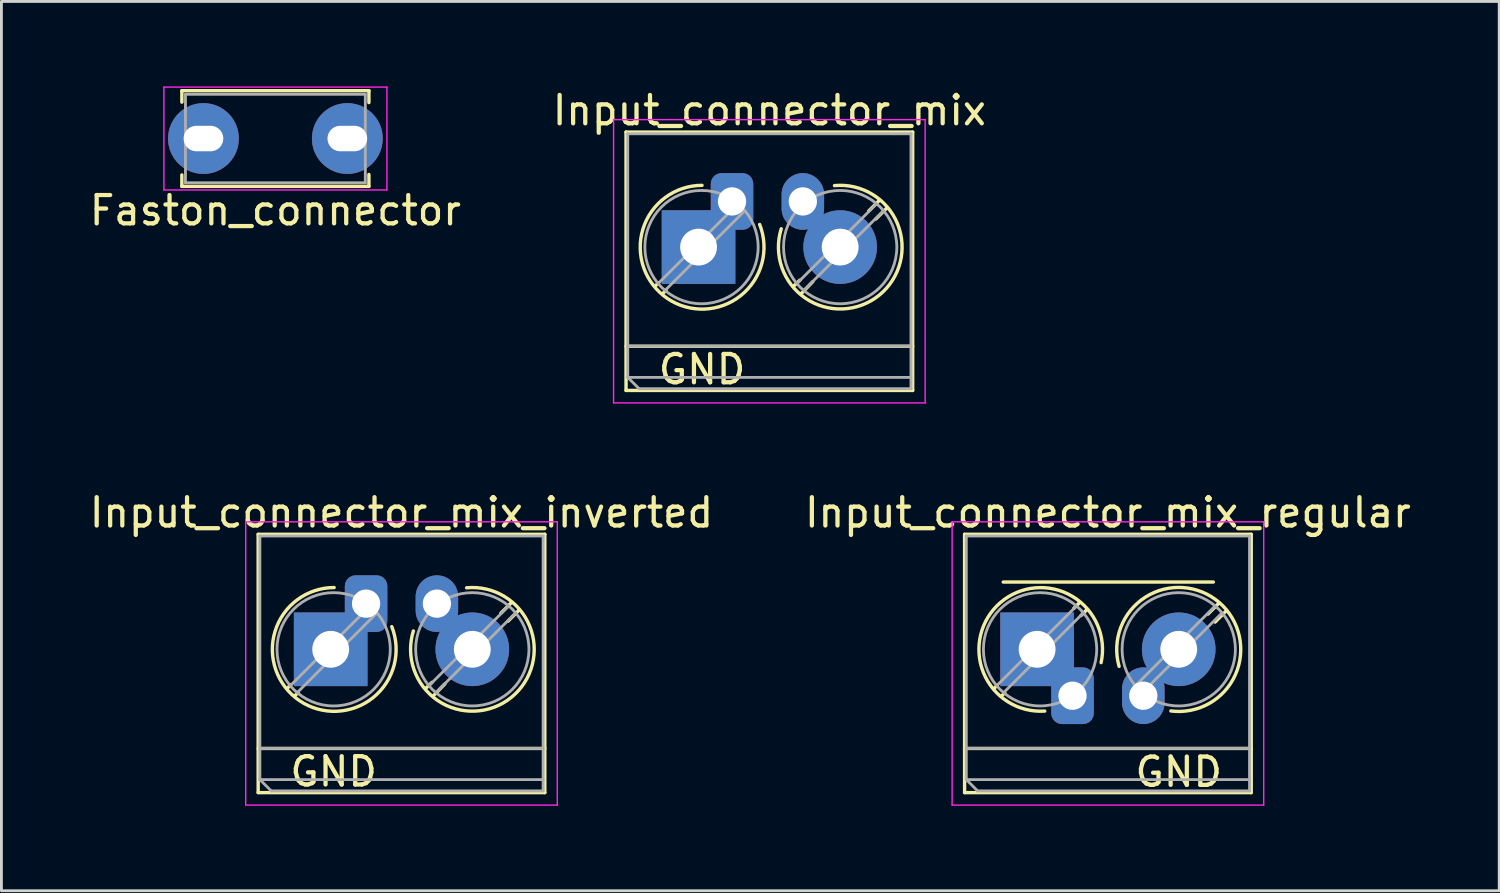
<source format=kicad_pcb>
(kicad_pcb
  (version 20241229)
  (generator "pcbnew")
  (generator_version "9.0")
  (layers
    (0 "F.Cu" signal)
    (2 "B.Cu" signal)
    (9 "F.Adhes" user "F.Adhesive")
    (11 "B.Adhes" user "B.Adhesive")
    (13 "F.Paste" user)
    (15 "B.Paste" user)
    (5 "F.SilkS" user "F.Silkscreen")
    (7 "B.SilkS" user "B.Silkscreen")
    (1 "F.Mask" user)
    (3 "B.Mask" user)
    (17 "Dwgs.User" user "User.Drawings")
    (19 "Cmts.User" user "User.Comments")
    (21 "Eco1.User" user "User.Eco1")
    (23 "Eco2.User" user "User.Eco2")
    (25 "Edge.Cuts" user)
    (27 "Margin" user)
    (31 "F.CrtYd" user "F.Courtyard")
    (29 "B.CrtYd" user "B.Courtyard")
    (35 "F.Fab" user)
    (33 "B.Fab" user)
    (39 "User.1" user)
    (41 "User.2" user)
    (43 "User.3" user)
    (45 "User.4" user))
  (footprint "Faston_connector"
    (layer "F.Cu")
    (at 9.213 1.841)
    (property "Reference" "Faston_connector" (at -2.54 2.54 0) (layer "F.SilkS") (effects (font (size 1 1) (thickness 0.15))))
    (attr through_hole)
    (fp_line (start -5.842 -1.689) (end -5.842 -1.285) (stroke (width 0.12) (type solid)) (layer "F.SilkS"))
    (fp_line (start -5.842 1.285) (end -5.842 1.689) (stroke (width 0.12) (type solid)) (layer "F.SilkS"))
    (fp_line (start -5.842 1.689) (end 0.762 1.689) (stroke (width 0.12) (type solid)) (layer "F.SilkS"))
    (fp_line (start 0.762 -1.689) (end -5.842 -1.689) (stroke (width 0.12) (type solid)) (layer "F.SilkS"))
    (fp_line (start 0.762 -1.27) (end 0.762 -1.689) (stroke (width 0.12) (type solid)) (layer "F.SilkS"))
    (fp_line (start 0.762 1.689) (end 0.762 1.27) (stroke (width 0.12) (type solid)) (layer "F.SilkS"))
    (fp_line (start -6.477 -1.816) (end 1.397 -1.816) (stroke (width 0.05) (type solid)) (layer "F.CrtYd"))
    (fp_line (start -6.477 1.816) (end -6.477 -1.816) (stroke (width 0.05) (type solid)) (layer "F.CrtYd"))
    (fp_line (start 1.397 -1.816) (end 1.397 1.816) (stroke (width 0.05) (type solid)) (layer "F.CrtYd"))
    (fp_line (start 1.397 1.816) (end -6.477 1.816) (stroke (width 0.05) (type solid)) (layer "F.CrtYd"))
    (fp_line (start -5.715 -1.562) (end -5.715 1.562) (stroke (width 0.1) (type solid)) (layer "F.Fab"))
    (fp_line (start -5.715 1.562) (end 0.635 1.562) (stroke (width 0.1) (type solid)) (layer "F.Fab"))
    (fp_line (start 0.635 -1.562) (end -5.715 -1.562) (stroke (width 0.1) (type solid)) (layer "F.Fab"))
    (fp_line (start 0.635 1.562) (end 0.635 -1.562) (stroke (width 0.1) (type solid)) (layer "F.Fab"))
    (pad "1" thru_hole circle (at -5.08 0) (size 2.5 2.5) (drill oval 1.4 0.9) (layers "*.Cu" "*.Mask"))
    (pad "2" thru_hole circle (at 0 0) (size 2.5 2.5) (drill oval 1.4 0.9) (layers "*.Cu" "*.Mask")))
  (footprint "Input_connector_mix_regular"
    (layer "F.Cu")
    (at 36.13 20.497)
    (property "Reference" "Input_connector_mix_regular" (at -0.064 -5.449 0) (unlocked yes) (layer "F.SilkS") (effects (font (size 1 1) (thickness 0.15))))
    (attr through_hole)
    (fp_line (start -5.124 -4.683) (end -5.124 4.437) (stroke (width 0.12) (type solid)) (layer "F.SilkS"))
    (fp_line (start -5.124 -4.683) (end 4.996 -4.683) (stroke (width 0.12) (type solid)) (layer "F.SilkS"))
    (fp_line (start -5.124 2.877) (end 4.996 2.877) (stroke (width 0.12) (type solid)) (layer "F.SilkS"))
    (fp_line (start -5.124 4.437) (end 4.996 4.437) (stroke (width 0.12) (type solid)) (layer "F.SilkS"))
    (fp_line (start -3.972 0.646) (end -4.078 0.753) (stroke (width 0.12) (type solid)) (layer "F.SilkS"))
    (fp_line (start -3.759 -2.997) (end 3.658 -2.997) (stroke (width 0.12) (type solid)) (layer "F.SilkS"))
    (fp_line (start -3.706 0.912) (end -3.812 1.019) (stroke (width 0.12) (type solid)) (layer "F.SilkS"))
    (fp_line (start -1.06 -2.278) (end -1.267 -2.069) (stroke (width 0.12) (type solid)) (layer "F.SilkS"))
    (fp_line (start -0.81 -2.018) (end -1.013 -1.815) (stroke (width 0.12) (type solid)) (layer "F.SilkS"))
    (fp_line (start 3.849 -2.247) (end 3.469 -1.867) (stroke (width 0.12) (type solid)) (layer "F.SilkS"))
    (fp_line (start 4.115 -1.981) (end 3.72 -1.585) (stroke (width 0.12) (type solid)) (layer "F.SilkS"))
    (fp_line (start 4.996 -4.683) (end 4.996 4.437) (stroke (width 0.12) (type solid)) (layer "F.SilkS"))
    (fp_arc (start -2.29427 1.558814) (mid -3.859112 -2.272576) (end -0.3048 -0.1524) (stroke (width 0.12) (type solid)) (layer "F.SilkS"))
    (fp_arc (start 0.33 -0.0208) (mid 3.865299 -2.277026) (end 2.1588 1.554) (stroke (width 0.12) (type solid)) (layer "F.SilkS"))
    (fp_line (start -5.564 -5.123) (end -5.564 4.877) (stroke (width 0.05) (type solid)) (layer "F.CrtYd"))
    (fp_line (start -5.564 4.877) (end 5.436 4.877) (stroke (width 0.05) (type solid)) (layer "F.CrtYd"))
    (fp_line (start 5.436 -5.123) (end -5.564 -5.123) (stroke (width 0.05) (type solid)) (layer "F.CrtYd"))
    (fp_line (start 5.436 4.877) (end 5.436 -5.123) (stroke (width 0.05) (type solid)) (layer "F.CrtYd"))
    (fp_line (start -5.064 -4.623) (end 4.936 -4.623) (stroke (width 0.1) (type solid)) (layer "F.Fab"))
    (fp_line (start -5.064 2.877) (end 4.936 2.877) (stroke (width 0.1) (type solid)) (layer "F.Fab"))
    (fp_line (start -5.064 3.977) (end -5.064 -4.623) (stroke (width 0.1) (type solid)) (layer "F.Fab"))
    (fp_line (start -5.064 3.977) (end 4.936 3.977) (stroke (width 0.1) (type solid)) (layer "F.Fab"))
    (fp_line (start -4.664 4.377) (end -5.064 3.977) (stroke (width 0.1) (type solid)) (layer "F.Fab"))
    (fp_line (start -1.187 -2.14) (end -3.977 0.65) (stroke (width 0.1) (type solid)) (layer "F.Fab"))
    (fp_line (start -0.943 -1.896) (end -3.733 0.894) (stroke (width 0.1) (type solid)) (layer "F.Fab"))
    (fp_line (start 3.709 -2.14) (end 0.92 0.65) (stroke (width 0.1) (type solid)) (layer "F.Fab"))
    (fp_line (start 3.953 -1.896) (end 1.164 0.894) (stroke (width 0.1) (type solid)) (layer "F.Fab"))
    (fp_line (start 4.936 -4.623) (end 4.936 4.377) (stroke (width 0.1) (type solid)) (layer "F.Fab"))
    (fp_line (start 4.936 4.377) (end -4.664 4.377) (stroke (width 0.1) (type solid)) (layer "F.Fab"))
    (fp_circle (center -2.46 -0.623) (end -0.46 -0.623) (stroke (width 0.1) (type solid)) (fill no) (layer "F.Fab"))
    (fp_circle (center 2.436 -0.623) (end 4.436 -0.623) (stroke (width 0.1) (type solid)) (fill no) (layer "F.Fab"))
    (fp_text user "GND" (at 2.436 3.708 0) (unlocked yes) (layer "F.SilkS") (effects (font (size 1 1) (thickness 0.15))))
    (pad "1" thru_hole rect (at -2.564 -0.623) (size 2.6 2.6) (drill 1.3) (layers "*.Cu" "*.Mask"))
    (pad "1" thru_hole roundrect (at -1.314 1.016) (size 1.5 2) (drill 1) (layers "*.Cu" "*.Mask") (roundrect_rratio 0.25))
    (pad "2" thru_hole oval (at 1.186 1.016) (size 1.5 2) (drill 1) (layers "*.Cu" "*.Mask"))
    (pad "2" thru_hole circle (at 2.436 -0.623) (size 2.6 2.6) (drill 1.3) (layers "*.Cu" "*.Mask")))
  (footprint "Input_connector_mix_inverted"
    (layer "F.Cu")
    (at 11.189 20.497)
    (property "Reference" "Input_connector_mix_inverted" (at -0.064 -5.449 0) (unlocked yes) (layer "F.SilkS") (effects (font (size 1 1) (thickness 0.15))))
    (attr through_hole)
    (fp_line (start -5.124 -4.683) (end -5.124 4.437) (stroke (width 0.12) (type solid)) (layer "F.SilkS"))
    (fp_line (start -5.124 -4.683) (end 4.996 -4.683) (stroke (width 0.12) (type solid)) (layer "F.SilkS"))
    (fp_line (start -5.124 2.877) (end 4.996 2.877) (stroke (width 0.12) (type solid)) (layer "F.SilkS"))
    (fp_line (start -5.124 4.437) (end 4.996 4.437) (stroke (width 0.12) (type solid)) (layer "F.SilkS"))
    (fp_line (start -3.975 0.632) (end -4.081 0.739) (stroke (width 0.12) (type solid)) (layer "F.SilkS"))
    (fp_line (start -3.709 0.898) (end -3.815 1.005) (stroke (width 0.12) (type solid)) (layer "F.SilkS"))
    (fp_line (start 1.013 0.545) (end 0.783 0.765) (stroke (width 0.12) (type solid)) (layer "F.SilkS"))
    (fp_line (start 1.47 0.596) (end 1.049 1.031) (stroke (width 0.12) (type solid)) (layer "F.SilkS"))
    (fp_line (start 3.824 -2.277) (end 3.444 -1.897) (stroke (width 0.12) (type solid)) (layer "F.SilkS"))
    (fp_line (start 4.09 -2.011) (end 3.695 -1.615) (stroke (width 0.12) (type solid)) (layer "F.SilkS"))
    (fp_line (start 4.996 -4.683) (end 4.996 4.437) (stroke (width 0.12) (type solid)) (layer "F.SilkS"))
    (fp_arc (start -0.4064 -1.4224) (mid -3.665036 1.189972) (end -2.4412 -2.8032) (stroke (width 0.12) (type solid)) (layer "F.SilkS"))
    (fp_arc (start 2.2352 -2.794) (mid 3.814063 1.074351) (end 0.3556 -1.27) (stroke (width 0.12) (type solid)) (layer "F.SilkS"))
    (fp_line (start -5.564 -5.123) (end -5.564 4.877) (stroke (width 0.05) (type solid)) (layer "F.CrtYd"))
    (fp_line (start -5.564 4.877) (end 5.436 4.877) (stroke (width 0.05) (type solid)) (layer "F.CrtYd"))
    (fp_line (start 5.436 -5.123) (end -5.564 -5.123) (stroke (width 0.05) (type solid)) (layer "F.CrtYd"))
    (fp_line (start 5.436 4.877) (end 5.436 -5.123) (stroke (width 0.05) (type solid)) (layer "F.CrtYd"))
    (fp_line (start -5.064 -4.623) (end 4.936 -4.623) (stroke (width 0.1) (type solid)) (layer "F.Fab"))
    (fp_line (start -5.064 2.877) (end 4.936 2.877) (stroke (width 0.1) (type solid)) (layer "F.Fab"))
    (fp_line (start -5.064 3.977) (end -5.064 -4.623) (stroke (width 0.1) (type solid)) (layer "F.Fab"))
    (fp_line (start -5.064 3.977) (end 4.936 3.977) (stroke (width 0.1) (type solid)) (layer "F.Fab"))
    (fp_line (start -4.664 4.377) (end -5.064 3.977) (stroke (width 0.1) (type solid)) (layer "F.Fab"))
    (fp_line (start -1.187 -2.14) (end -3.977 0.65) (stroke (width 0.1) (type solid)) (layer "F.Fab"))
    (fp_line (start -0.943 -1.896) (end -3.733 0.894) (stroke (width 0.1) (type solid)) (layer "F.Fab"))
    (fp_line (start 3.709 -2.14) (end 0.92 0.65) (stroke (width 0.1) (type solid)) (layer "F.Fab"))
    (fp_line (start 3.953 -1.896) (end 1.164 0.894) (stroke (width 0.1) (type solid)) (layer "F.Fab"))
    (fp_line (start 4.936 -4.623) (end 4.936 4.377) (stroke (width 0.1) (type solid)) (layer "F.Fab"))
    (fp_line (start 4.936 4.377) (end -4.664 4.377) (stroke (width 0.1) (type solid)) (layer "F.Fab"))
    (fp_circle (center -2.46 -0.623) (end -0.46 -0.623) (stroke (width 0.1) (type solid)) (fill no) (layer "F.Fab"))
    (fp_circle (center 2.436 -0.623) (end 4.436 -0.623) (stroke (width 0.1) (type solid)) (fill no) (layer "F.Fab"))
    (fp_text user "GND" (at -2.46 3.695 0) (unlocked yes) (layer "F.SilkS") (effects (font (size 1 1) (thickness 0.15))))
    (pad "1" thru_hole rect (at -2.564 -0.623) (size 2.6 2.6) (drill 1.3) (layers "*.Cu" "*.Mask"))
    (pad "1" thru_hole roundrect (at -1.314 -2.235) (size 1.5 2) (drill 1) (layers "*.Cu" "*.Mask") (roundrect_rratio 0.25))
    (pad "2" thru_hole oval (at 1.186 -2.235) (size 1.5 2) (drill 1) (layers "*.Cu" "*.Mask"))
    (pad "2" thru_hole circle (at 2.436 -0.623) (size 2.6 2.6) (drill 1.3) (layers "*.Cu" "*.Mask")))
  (footprint "Input_connector_mix"
    (layer "F.Cu")
    (at 24.177 6.297)
    (property "Reference" "Input_connector_mix" (at -0.064 -5.449 0) (unlocked yes) (layer "F.SilkS") (effects (font (size 1 1) (thickness 0.15))))
    (attr through_hole)
    (fp_line (start -5.124 -4.683) (end -5.124 4.437) (stroke (width 0.12) (type solid)) (layer "F.SilkS"))
    (fp_line (start -5.124 -4.683) (end 4.996 -4.683) (stroke (width 0.12) (type solid)) (layer "F.SilkS"))
    (fp_line (start -5.124 2.877) (end 4.996 2.877) (stroke (width 0.12) (type solid)) (layer "F.SilkS"))
    (fp_line (start -5.124 4.437) (end 4.996 4.437) (stroke (width 0.12) (type solid)) (layer "F.SilkS"))
    (fp_line (start -3.975 0.632) (end -4.081 0.739) (stroke (width 0.12) (type solid)) (layer "F.SilkS"))
    (fp_line (start -3.709 0.898) (end -3.815 1.005) (stroke (width 0.12) (type solid)) (layer "F.SilkS"))
    (fp_line (start 1.013 0.545) (end 0.783 0.765) (stroke (width 0.12) (type solid)) (layer "F.SilkS"))
    (fp_line (start 1.47 0.596) (end 1.049 1.031) (stroke (width 0.12) (type solid)) (layer "F.SilkS"))
    (fp_line (start 3.824 -2.277) (end 3.444 -1.897) (stroke (width 0.12) (type solid)) (layer "F.SilkS"))
    (fp_line (start 4.09 -2.011) (end 3.695 -1.615) (stroke (width 0.12) (type solid)) (layer "F.SilkS"))
    (fp_line (start 4.996 -4.683) (end 4.996 4.437) (stroke (width 0.12) (type solid)) (layer "F.SilkS"))
    (fp_arc (start -0.4064 -1.4224) (mid -3.665036 1.189972) (end -2.4412 -2.8032) (stroke (width 0.12) (type solid)) (layer "F.SilkS"))
    (fp_arc (start 2.2352 -2.794) (mid 3.814063 1.074351) (end 0.3556 -1.27) (stroke (width 0.12) (type solid)) (layer "F.SilkS"))
    (fp_line (start -5.564 -5.123) (end -5.564 4.877) (stroke (width 0.05) (type solid)) (layer "F.CrtYd"))
    (fp_line (start -5.564 4.877) (end 5.436 4.877) (stroke (width 0.05) (type solid)) (layer "F.CrtYd"))
    (fp_line (start 5.436 -5.123) (end -5.564 -5.123) (stroke (width 0.05) (type solid)) (layer "F.CrtYd"))
    (fp_line (start 5.436 4.877) (end 5.436 -5.123) (stroke (width 0.05) (type solid)) (layer "F.CrtYd"))
    (fp_line (start -5.064 -4.623) (end 4.936 -4.623) (stroke (width 0.1) (type solid)) (layer "F.Fab"))
    (fp_line (start -5.064 2.877) (end 4.936 2.877) (stroke (width 0.1) (type solid)) (layer "F.Fab"))
    (fp_line (start -5.064 3.977) (end -5.064 -4.623) (stroke (width 0.1) (type solid)) (layer "F.Fab"))
    (fp_line (start -5.064 3.977) (end 4.936 3.977) (stroke (width 0.1) (type solid)) (layer "F.Fab"))
    (fp_line (start -4.664 4.377) (end -5.064 3.977) (stroke (width 0.1) (type solid)) (layer "F.Fab"))
    (fp_line (start -1.187 -2.14) (end -3.977 0.65) (stroke (width 0.1) (type solid)) (layer "F.Fab"))
    (fp_line (start -0.943 -1.896) (end -3.733 0.894) (stroke (width 0.1) (type solid)) (layer "F.Fab"))
    (fp_line (start 3.709 -2.14) (end 0.92 0.65) (stroke (width 0.1) (type solid)) (layer "F.Fab"))
    (fp_line (start 3.953 -1.896) (end 1.164 0.894) (stroke (width 0.1) (type solid)) (layer "F.Fab"))
    (fp_line (start 4.936 -4.623) (end 4.936 4.377) (stroke (width 0.1) (type solid)) (layer "F.Fab"))
    (fp_line (start 4.936 4.377) (end -4.664 4.377) (stroke (width 0.1) (type solid)) (layer "F.Fab"))
    (fp_circle (center -2.46 -0.623) (end -0.46 -0.623) (stroke (width 0.1) (type solid)) (fill no) (layer "F.Fab"))
    (fp_circle (center 2.436 -0.623) (end 4.436 -0.623) (stroke (width 0.1) (type solid)) (fill no) (layer "F.Fab"))
    (fp_text user "GND" (at -2.441 3.695 0) (unlocked yes) (layer "F.SilkS") (effects (font (size 1 1) (thickness 0.15))))
    (pad "1" thru_hole rect (at -2.564 -0.623) (size 2.6 2.6) (drill 1.3) (layers "*.Cu" "*.Mask"))
    (pad "1" thru_hole roundrect (at -1.382 -2.235) (size 1.5 2) (drill 1) (layers "*.Cu" "*.Mask") (roundrect_rratio 0.25))
    (pad "2" thru_hole oval (at 1.118 -2.235) (size 1.5 2) (drill 1) (layers "*.Cu" "*.Mask"))
    (pad "2" thru_hole circle (at 2.436 -0.623) (size 2.6 2.6) (drill 1.3) (layers "*.Cu" "*.Mask")))
  (gr_rect
    (start -3 -3)
    (end 49.881 28.398)
    (stroke (width 0.1) (type default))
    (fill no)
    (layer "Edge.Cuts")))
</source>
